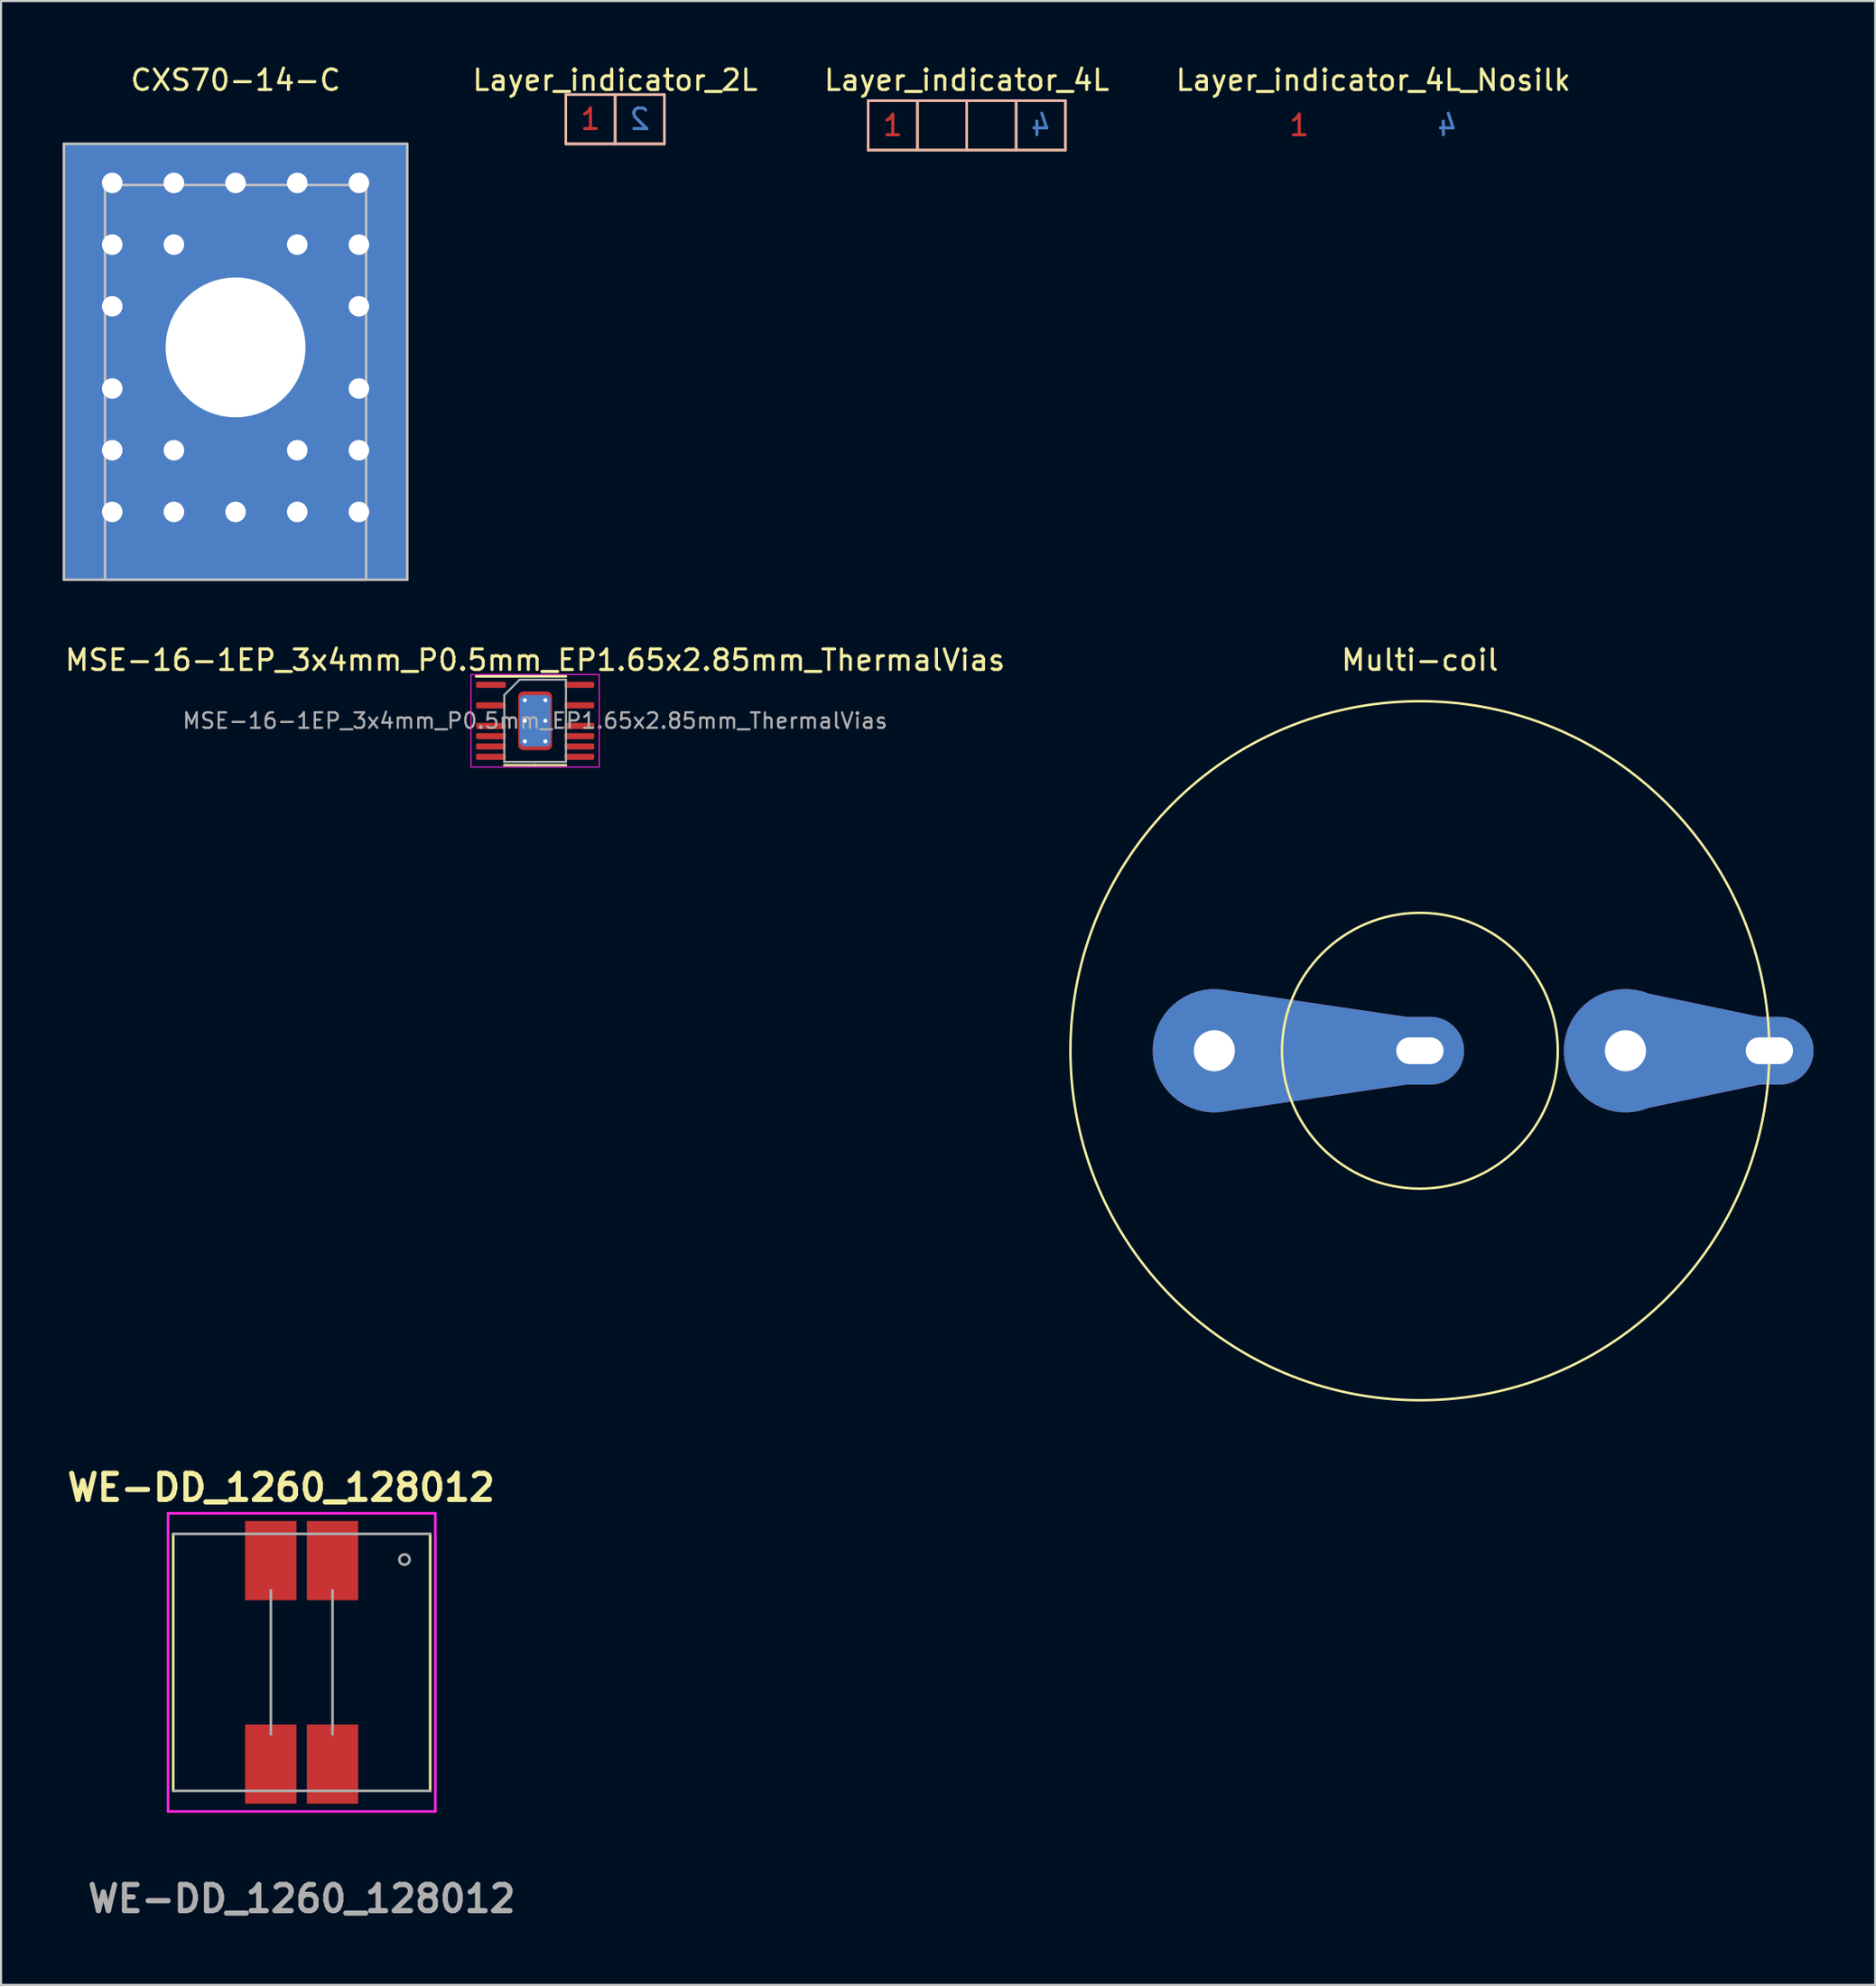
<source format=kicad_pcb>
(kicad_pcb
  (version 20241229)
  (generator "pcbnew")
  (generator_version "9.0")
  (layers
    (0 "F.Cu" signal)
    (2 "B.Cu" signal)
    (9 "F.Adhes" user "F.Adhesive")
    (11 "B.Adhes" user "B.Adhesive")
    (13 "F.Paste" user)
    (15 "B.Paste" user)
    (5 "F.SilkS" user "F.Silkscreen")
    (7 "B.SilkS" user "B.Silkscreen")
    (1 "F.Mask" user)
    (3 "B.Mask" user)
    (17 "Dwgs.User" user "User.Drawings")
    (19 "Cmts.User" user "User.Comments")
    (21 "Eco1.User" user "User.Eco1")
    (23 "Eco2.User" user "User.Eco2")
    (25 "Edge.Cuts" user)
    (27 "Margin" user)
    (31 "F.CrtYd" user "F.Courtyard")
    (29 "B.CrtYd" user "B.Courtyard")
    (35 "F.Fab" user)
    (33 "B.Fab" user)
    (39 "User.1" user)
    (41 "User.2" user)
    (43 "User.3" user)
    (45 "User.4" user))
  (footprint "MSE-16-1EP_3x4mm_P0.5mm_EP1.65x2.85mm_ThermalVias"
    (layer "F.Cu")
    (at 22.982 32.007)
    (property "Reference" "MSE-16-1EP_3x4mm_P0.5mm_EP1.65x2.85mm_ThermalVias" (at 0 -2.95 0) (layer "F.SilkS") (effects (font (size 1 1) (thickness 0.15))))
    (attr smd)
    (fp_line (start 0 -2.16) (end -2.875 -2.16) (stroke (width 0.12) (type solid)) (layer "F.SilkS"))
    (fp_line (start 0 -2.16) (end 1.5 -2.16) (stroke (width 0.12) (type solid)) (layer "F.SilkS"))
    (fp_line (start 0 2.16) (end -1.5 2.16) (stroke (width 0.12) (type solid)) (layer "F.SilkS"))
    (fp_line (start 0 2.16) (end 1.5 2.16) (stroke (width 0.12) (type solid)) (layer "F.SilkS"))
    (fp_line (start -3.12 -2.25) (end -3.12 2.25) (stroke (width 0.05) (type solid)) (layer "F.CrtYd"))
    (fp_line (start -3.12 2.25) (end 3.12 2.25) (stroke (width 0.05) (type solid)) (layer "F.CrtYd"))
    (fp_line (start 3.12 -2.25) (end -3.12 -2.25) (stroke (width 0.05) (type solid)) (layer "F.CrtYd"))
    (fp_line (start 3.12 2.25) (end 3.12 -2.25) (stroke (width 0.05) (type solid)) (layer "F.CrtYd"))
    (fp_line (start -1.5 -1.25) (end -0.75 -2) (stroke (width 0.1) (type solid)) (layer "F.Fab"))
    (fp_line (start -1.5 2) (end -1.5 -1.25) (stroke (width 0.1) (type solid)) (layer "F.Fab"))
    (fp_line (start -0.75 -2) (end 1.5 -2) (stroke (width 0.1) (type solid)) (layer "F.Fab"))
    (fp_line (start 1.5 -2) (end 1.5 2) (stroke (width 0.1) (type solid)) (layer "F.Fab"))
    (fp_line (start 1.5 2) (end -1.5 2) (stroke (width 0.1) (type solid)) (layer "F.Fab"))
    (fp_text user "${REFERENCE}" (at 0 0 0) (layer "F.Fab") (effects (font (size 0.75 0.75) (thickness 0.11))))
    (pad "" smd roundrect (at -0.41 -0.71) (size 0.69 1.19) (layers "F.Paste") (roundrect_rratio 0.25))
    (pad "" smd roundrect (at -0.41 0.71) (size 0.69 1.19) (layers "F.Paste") (roundrect_rratio 0.25))
    (pad "" smd roundrect (at 0.41 -0.71) (size 0.69 1.19) (layers "F.Paste") (roundrect_rratio 0.25))
    (pad "" smd roundrect (at 0.41 0.71) (size 0.69 1.19) (layers "F.Paste") (roundrect_rratio 0.25))
    (pad "1" smd roundrect (at -2.15 -1.75) (size 1.45 0.3) (layers "F.Cu" "F.Mask" "F.Paste") (roundrect_rratio 0.25))
    (pad "3" smd roundrect (at -2.15 -0.75) (size 1.45 0.3) (layers "F.Cu" "F.Mask" "F.Paste") (roundrect_rratio 0.25))
    (pad "5" smd roundrect (at -2.15 0.25) (size 1.45 0.3) (layers "F.Cu" "F.Mask" "F.Paste") (roundrect_rratio 0.25))
    (pad "6" smd roundrect (at -2.15 0.75) (size 1.45 0.3) (layers "F.Cu" "F.Mask" "F.Paste") (roundrect_rratio 0.25))
    (pad "7" smd roundrect (at -2.15 1.25) (size 1.45 0.3) (layers "F.Cu" "F.Mask" "F.Paste") (roundrect_rratio 0.25))
    (pad "8" smd roundrect (at -2.15 1.75) (size 1.45 0.3) (layers "F.Cu" "F.Mask" "F.Paste") (roundrect_rratio 0.25))
    (pad "9" smd roundrect (at 2.15 1.75) (size 1.45 0.3) (layers "F.Cu" "F.Mask" "F.Paste") (roundrect_rratio 0.25))
    (pad "10" smd roundrect (at 2.15 1.25) (size 1.45 0.3) (layers "F.Cu" "F.Mask" "F.Paste") (roundrect_rratio 0.25))
    (pad "11" smd roundrect (at 2.15 0.75) (size 1.45 0.3) (layers "F.Cu" "F.Mask" "F.Paste") (roundrect_rratio 0.25))
    (pad "12" smd roundrect (at 2.15 0.25) (size 1.45 0.3) (layers "F.Cu" "F.Mask" "F.Paste") (roundrect_rratio 0.25))
    (pad "14" smd roundrect (at 2.15 -0.75) (size 1.45 0.3) (layers "F.Cu" "F.Mask" "F.Paste") (roundrect_rratio 0.25))
    (pad "16" smd roundrect (at 2.15 -1.75) (size 1.45 0.3) (layers "F.Cu" "F.Mask" "F.Paste") (roundrect_rratio 0.25))
    (pad "17" thru_hole circle (at -0.5 -1) (size 0.5 0.5) (drill 0.2) (layers "*.Cu"))
    (pad "17" thru_hole circle (at -0.5 0) (size 0.5 0.5) (drill 0.2) (layers "*.Cu"))
    (pad "17" thru_hole circle (at -0.5 1) (size 0.5 0.5) (drill 0.2) (layers "*.Cu"))
    (pad "17" smd roundrect (at 0 0) (size 1.5 2.5) (layers "B.Cu") (roundrect_rratio 0.167))
    (pad "17" smd roundrect (at 0 0) (size 1.65 2.85) (layers "F.Cu" "F.Mask") (roundrect_rratio 0.152))
    (pad "17" thru_hole circle (at 0.5 -1) (size 0.5 0.5) (drill 0.2) (layers "*.Cu"))
    (pad "17" thru_hole circle (at 0.5 0) (size 0.5 0.5) (drill 0.2) (layers "*.Cu"))
    (pad "17" thru_hole circle (at 0.5 1) (size 0.5 0.5) (drill 0.2) (layers "*.Cu")))
  (footprint "Layer_indicator_2L"
    (layer "F.Cu")
    (at 26.874 2.748)
    (property "Reference" "Layer_indicator_2L" (at 0 -1.9 0) (layer "F.SilkS") (effects (font (size 1 1) (thickness 0.15))))
    (attr exclude_from_pos_files exclude_from_bom)
    (fp_poly (pts (xy -0.2 1) (xy -2.2 1) (xy -2.2 -1) (xy -0.2 -1)) (stroke (width 0.1) (type solid)) (fill yes) (layer "F.Mask"))
    (fp_poly (pts (xy 2.2 1) (xy 0.2 1) (xy 0.2 -1) (xy 2.2 -1)) (stroke (width 0.1) (type solid)) (fill yes) (layer "B.Mask"))
    (fp_line (start -2.4 -1.2) (end 2.4 -1.2) (stroke (width 0.12) (type solid)) (layer "F.SilkS"))
    (fp_line (start -2.4 1.2) (end -2.4 -1.2) (stroke (width 0.12) (type solid)) (layer "F.SilkS"))
    (fp_line (start 0 1.2) (end 0 -1.2) (stroke (width 0.12) (type solid)) (layer "F.SilkS"))
    (fp_line (start 2.4 -1.2) (end 2.4 1.2) (stroke (width 0.12) (type solid)) (layer "F.SilkS"))
    (fp_line (start 2.4 1.2) (end -2.4 1.2) (stroke (width 0.12) (type solid)) (layer "F.SilkS"))
    (fp_line (start -2.4 -1.2) (end -2.4 1.2) (stroke (width 0.12) (type solid)) (layer "B.SilkS"))
    (fp_line (start -2.4 1.2) (end 2.4 1.2) (stroke (width 0.12) (type solid)) (layer "B.SilkS"))
    (fp_line (start 0 -1.2) (end 0 1.2) (stroke (width 0.12) (type solid)) (layer "B.SilkS"))
    (fp_line (start 2.4 -1.2) (end -2.4 -1.2) (stroke (width 0.12) (type solid)) (layer "B.SilkS"))
    (fp_line (start 2.4 1.2) (end 2.4 -1.2) (stroke (width 0.12) (type solid)) (layer "B.SilkS"))
    (fp_text user "1" (at -1.2 0 0) (layer "F.Cu") (effects (font (size 1 1) (thickness 0.15))))
    (fp_text user "2" (at 1.2 0 0) (layer "B.Cu") (effects (font (size 1 1) (thickness 0.15)) (justify mirror))))
  (footprint "CXS70-14-C"
    (layer "F.Cu")
    (at 8.41 13.848)
    (property "Reference" "CXS70-14-C" (at 0 -13 0) (layer "F.SilkS") (effects (font (size 1 1) (thickness 0.15))))
    (attr through_hole)
    (fp_poly (pts (xy 8.35 11.3) (xy -8.35 11.3) (xy -8.35 -9.9) (xy 8.35 -9.9)) (stroke (width 0.1) (type solid)) (fill yes) (layer "F.Cu"))
    (fp_poly (pts (xy 8.35 11.3) (xy -8.35 11.3) (xy -8.35 -9.9) (xy 8.35 -9.9)) (stroke (width 0.1) (type solid)) (fill yes) (layer "B.Cu"))
    (fp_line (start -8.35 -9.9) (end -8.35 11.3) (stroke (width 0.12) (type solid)) (layer "Dwgs.User"))
    (fp_line (start -8.35 -9.9) (end 8.35 -9.9) (stroke (width 0.12) (type solid)) (layer "Dwgs.User"))
    (fp_line (start -8.35 11.3) (end 8.35 11.3) (stroke (width 0.12) (type solid)) (layer "Dwgs.User"))
    (fp_line (start -6.35 -7.9) (end -6.35 11.3) (stroke (width 0.12) (type solid)) (layer "Dwgs.User"))
    (fp_line (start -6.35 -7.9) (end 6.35 -7.9) (stroke (width 0.12) (type solid)) (layer "Dwgs.User"))
    (fp_line (start -6.35 11.3) (end 6.35 11.3) (stroke (width 0.12) (type solid)) (layer "Dwgs.User"))
    (fp_line (start 6.35 -7.9) (end 6.35 11.3) (stroke (width 0.12) (type solid)) (layer "Dwgs.User"))
    (fp_line (start 8.35 -9.9) (end 8.35 11.3) (stroke (width 0.12) (type solid)) (layer "Dwgs.User"))
    (pad "" thru_hole circle (at -6 -8) (size 2 2) (drill 1) (layers "*.Cu" "*.Mask"))
    (pad "" thru_hole circle (at -6 -5) (size 2 2) (drill 1) (layers "*.Cu" "*.Mask"))
    (pad "" thru_hole circle (at -6 -2) (size 2 2) (drill 1) (layers "*.Cu" "*.Mask"))
    (pad "" thru_hole circle (at -6 2) (size 2 2) (drill 1) (layers "*.Cu" "*.Mask"))
    (pad "" thru_hole circle (at -6 5) (size 2 2) (drill 1) (layers "*.Cu" "*.Mask"))
    (pad "" thru_hole circle (at -6 8) (size 2 2) (drill 1) (layers "*.Cu" "*.Mask"))
    (pad "" thru_hole circle (at -3 -8) (size 2 2) (drill 1) (layers "*.Cu" "*.Mask"))
    (pad "" thru_hole circle (at -3 -5) (size 2 2) (drill 1) (layers "*.Cu" "*.Mask"))
    (pad "" thru_hole circle (at -3 5) (size 2 2) (drill 1) (layers "*.Cu" "*.Mask"))
    (pad "" thru_hole circle (at -3 8) (size 2 2) (drill 1) (layers "*.Cu" "*.Mask"))
    (pad "" thru_hole circle (at 0 -8) (size 2 2) (drill 1) (layers "*.Cu" "*.Mask"))
    (pad "" thru_hole circle (at 0 8) (size 2 2) (drill 1) (layers "*.Cu" "*.Mask"))
    (pad "" thru_hole circle (at 3 -8) (size 2 2) (drill 1) (layers "*.Cu" "*.Mask"))
    (pad "" thru_hole circle (at 3 -5) (size 2 2) (drill 1) (layers "*.Cu" "*.Mask"))
    (pad "" thru_hole circle (at 3 5) (size 2 2) (drill 1) (layers "*.Cu" "*.Mask"))
    (pad "" thru_hole circle (at 3 8) (size 2 2) (drill 1) (layers "*.Cu" "*.Mask"))
    (pad "" thru_hole circle (at 6 -8) (size 2 2) (drill 1) (layers "*.Cu" "*.Mask"))
    (pad "" thru_hole circle (at 6 -5) (size 2 2) (drill 1) (layers "*.Cu" "*.Mask"))
    (pad "" thru_hole circle (at 6 -2) (size 2 2) (drill 1) (layers "*.Cu" "*.Mask"))
    (pad "" thru_hole circle (at 6 2) (size 2 2) (drill 1) (layers "*.Cu" "*.Mask"))
    (pad "" thru_hole circle (at 6 5) (size 2 2) (drill 1) (layers "*.Cu" "*.Mask"))
    (pad "" thru_hole circle (at 6 8) (size 2 2) (drill 1) (layers "*.Cu" "*.Mask"))
    (pad "1" thru_hole circle (at 0 0) (size 10.8 10.8) (drill 6.8) (layers "*.Cu" "*.Mask")))
  (footprint "WE-DD_1260_128012"
    (layer "F.Cu")
    (at 11.626 77.805)
    (property "Reference" "WE-DD_1260_128012" (at -1 -8.5 0) (layer "F.SilkS") (effects (font (size 1.27 1.27) (thickness 0.254))))
    (attr smd)
    (fp_line (start -6.25 6.25) (end -6.25 -6.25) (stroke (width 0.127) (type solid)) (layer "F.SilkS"))
    (fp_line (start 6.25 -6.25) (end 6.25 6.25) (stroke (width 0.127) (type solid)) (layer "F.SilkS"))
    (fp_line (start -6.5 -7.25) (end -6.5 7.25) (stroke (width 0.127) (type solid)) (layer "F.CrtYd"))
    (fp_line (start -6.5 7.25) (end 6.5 7.25) (stroke (width 0.127) (type solid)) (layer "F.CrtYd"))
    (fp_line (start 6.5 -7.25) (end -6.5 -7.25) (stroke (width 0.127) (type solid)) (layer "F.CrtYd"))
    (fp_line (start 6.5 7.25) (end 6.5 -7.25) (stroke (width 0.127) (type solid)) (layer "F.CrtYd"))
    (fp_line (start -6.25 -6.25) (end 6.25 -6.25) (stroke (width 0.127) (type solid)) (layer "F.Fab"))
    (fp_line (start -1.5 -3.5) (end -1.5 3.5) (stroke (width 0.127) (type solid)) (layer "F.Fab"))
    (fp_line (start 1.5 -3.5) (end 1.5 3.5) (stroke (width 0.127) (type solid)) (layer "F.Fab"))
    (fp_line (start 6.25 6.25) (end -6.25 6.25) (stroke (width 0.127) (type solid)) (layer "F.Fab"))
    (fp_circle (center 5 -5) (end 5 -4.75) (stroke (width 0.127) (type solid)) (fill no) (layer "F.Fab"))
    (fp_text user "${REFERENCE}" (at 0 11.5 0) (layer "F.Fab") (effects (font (size 1.27 1.27) (thickness 0.254))))
    (pad "1" smd rect (at 1.5 -4.95) (size 2.5 3.85) (layers "F.Cu" "F.Mask" "F.Paste"))
    (pad "2" smd rect (at -1.5 -4.95) (size 2.5 3.85) (layers "F.Cu" "F.Mask" "F.Paste"))
    (pad "3" smd rect (at -1.5 4.95) (size 2.5 3.85) (layers "F.Cu" "F.Mask" "F.Paste"))
    (pad "4" smd rect (at 1.5 4.95) (size 2.5 3.85) (layers "F.Cu" "F.Mask" "F.Paste")))
  (footprint "Layer_indicator_4L_Nosilk"
    (layer "F.Cu")
    (at 63.755 3.048)
    (property "Reference" "Layer_indicator_4L_Nosilk" (at 0 -2.2 0) (layer "F.SilkS") (effects (font (size 1 1) (thickness 0.15))))
    (attr exclude_from_pos_files exclude_from_bom)
    (fp_poly (pts (xy -2.6 1) (xy -4.6 1) (xy -4.6 -1) (xy -2.6 -1)) (stroke (width 0.1) (type solid)) (fill yes) (layer "F.Mask"))
    (fp_poly (pts (xy -0.2 1) (xy -2.2 1) (xy -2.2 -1) (xy -0.2 -1)) (stroke (width 0.1) (type solid)) (fill yes) (layer "F.Mask"))
    (fp_poly (pts (xy 2.2 1) (xy 0.2 1) (xy 0.2 -1) (xy 2.2 -1)) (stroke (width 0.1) (type solid)) (fill yes) (layer "B.Mask"))
    (fp_poly (pts (xy 4.6 1) (xy 2.6 1) (xy 2.6 -1) (xy 4.6 -1)) (stroke (width 0.1) (type solid)) (fill yes) (layer "B.Mask"))
    (fp_text user "           " (at 0 0 0) (layer "F.Cu") (effects (font (size 1 1) (thickness 0.15))))
    (fp_text user "1" (at -3.6 0 0) (layer "F.Cu") (effects (font (size 1 1) (thickness 0.15))))
    (fp_text user "4" (at 3.6 0 0) (layer "B.Cu") (effects (font (size 1 1) (thickness 0.15)) (justify mirror)))
    (fp_text user "           " (at 0 0 0) (layer "B.Cu") (effects (font (size 1 1) (thickness 0.15)) (justify mirror)))
    (fp_text user "2" (at -1.2 0 0) (layer "In1.Cu") (effects (font (size 1 1) (thickness 0.15))))
    (fp_text user "3" (at 1.2 0 0) (layer "In2.Cu") (effects (font (size 1 1) (thickness 0.15)) (justify mirror))))
  (footprint "Layer_indicator_4L"
    (layer "F.Cu")
    (at 43.981 3.048)
    (property "Reference" "Layer_indicator_4L" (at 0 -2.2 0) (layer "F.SilkS") (effects (font (size 1 1) (thickness 0.15))))
    (attr exclude_from_pos_files exclude_from_bom)
    (fp_poly (pts (xy -2.6 1) (xy -4.6 1) (xy -4.6 -1) (xy -2.6 -1)) (stroke (width 0.1) (type solid)) (fill yes) (layer "F.Mask"))
    (fp_poly (pts (xy -0.2 1) (xy -2.2 1) (xy -2.2 -1) (xy -0.2 -1)) (stroke (width 0.1) (type solid)) (fill yes) (layer "F.Mask"))
    (fp_poly (pts (xy 2.2 1) (xy 0.2 1) (xy 0.2 -1) (xy 2.2 -1)) (stroke (width 0.1) (type solid)) (fill yes) (layer "B.Mask"))
    (fp_poly (pts (xy 4.6 1) (xy 2.6 1) (xy 2.6 -1) (xy 4.6 -1)) (stroke (width 0.1) (type solid)) (fill yes) (layer "B.Mask"))
    (fp_line (start -4.8 -1.2) (end 4.8 -1.2) (stroke (width 0.12) (type solid)) (layer "F.SilkS"))
    (fp_line (start -4.8 1.2) (end -4.8 -1.2) (stroke (width 0.12) (type solid)) (layer "F.SilkS"))
    (fp_line (start -2.4 1.2) (end -2.4 -1.2) (stroke (width 0.12) (type solid)) (layer "F.SilkS"))
    (fp_line (start 0 -1.2) (end 0 1.2) (stroke (width 0.12) (type solid)) (layer "F.SilkS"))
    (fp_line (start 2.4 1.2) (end 2.4 -1.2) (stroke (width 0.12) (type solid)) (layer "F.SilkS"))
    (fp_line (start 4.8 -1.2) (end 4.8 1.2) (stroke (width 0.12) (type solid)) (layer "F.SilkS"))
    (fp_line (start 4.8 1.2) (end -4.8 1.2) (stroke (width 0.12) (type solid)) (layer "F.SilkS"))
    (fp_line (start -4.8 1.2) (end -4.8 -1.2) (stroke (width 0.12) (type solid)) (layer "B.SilkS"))
    (fp_line (start -4.8 1.2) (end 4.8 1.2) (stroke (width 0.12) (type solid)) (layer "B.SilkS"))
    (fp_line (start -2.4 -1.2) (end -2.4 1.2) (stroke (width 0.12) (type solid)) (layer "B.SilkS"))
    (fp_line (start 0 -1.2) (end 0 1.2) (stroke (width 0.12) (type solid)) (layer "B.SilkS"))
    (fp_line (start 2.4 1.2) (end 2.4 -1.2) (stroke (width 0.12) (type solid)) (layer "B.SilkS"))
    (fp_line (start 4.8 -1.2) (end -4.8 -1.2) (stroke (width 0.12) (type solid)) (layer "B.SilkS"))
    (fp_line (start 4.8 -1.2) (end 4.8 1.2) (stroke (width 0.12) (type solid)) (layer "B.SilkS"))
    (fp_text user "           " (at 0 0 0) (layer "F.Cu") (effects (font (size 1 1) (thickness 0.15))))
    (fp_text user "1" (at -3.6 0 0) (layer "F.Cu") (effects (font (size 1 1) (thickness 0.15))))
    (fp_text user "4" (at 3.6 0 0) (layer "B.Cu") (effects (font (size 1 1) (thickness 0.15)) (justify mirror)))
    (fp_text user "           " (at 0 0 0) (layer "B.Cu") (effects (font (size 1 1) (thickness 0.15)) (justify mirror)))
    (fp_text user "2" (at -1.2 0 0) (layer "In1.Cu") (effects (font (size 1 1) (thickness 0.15))))
    (fp_text user "3" (at 1.2 0 0) (layer "In2.Cu") (effects (font (size 1 1) (thickness 0.15)) (justify mirror))))
  (footprint "Multi-coil"
    (layer "F.Cu")
    (at 66.024 48.056)
    (property "Reference" "Multi-coil" (at 0 -19 0) (layer "F.SilkS") (effects (font (size 1 1) (thickness 0.15))))
    (attr through_hole)
    (fp_circle (center 0 0) (end 3 -6) (stroke (width 0.12) (type solid)) (fill no) (layer "F.SilkS"))
    (fp_circle (center 0 0) (end 17 0) (stroke (width 0.12) (type solid)) (fill no) (layer "F.SilkS"))
    (pad "1" thru_hole custom (at 10 0) (size 6 6) (drill 2) (layers "*.Cu" "*.Mask") (options (anchor circle)) (primitives (gr_poly (pts (xy 7 -1.5) (xy 7 1.5) (xy 0.05 2.95) (xy 0.05 -2.95)) (width 0.1) (fill yes))))
    (pad "1" thru_hole oval (at 17 0) (size 4.3 3.3) (drill oval 2.3 1.3) (layers "*.Cu" "*.Mask"))
    (pad "2" thru_hole custom (at -10 0) (size 6 6) (drill 2) (layers "*.Cu" "*.Mask") (options (anchor circle)) (primitives (gr_poly (pts (xy 10 -1.5) (xy 10 1.5) (xy 0.5 2.9) (xy 0.5 -2.9)) (width 0.1) (fill yes))))
    (pad "2" thru_hole oval (at 0 0) (size 4.3 3.3) (drill oval 2.3 1.3) (layers "*.Cu" "*.Mask")))
  (gr_rect
    (start -3 -3)
    (end 88.174 93.494)
    (stroke (width 0.1) (type default))
    (fill no)
    (layer "Edge.Cuts")))
</source>
